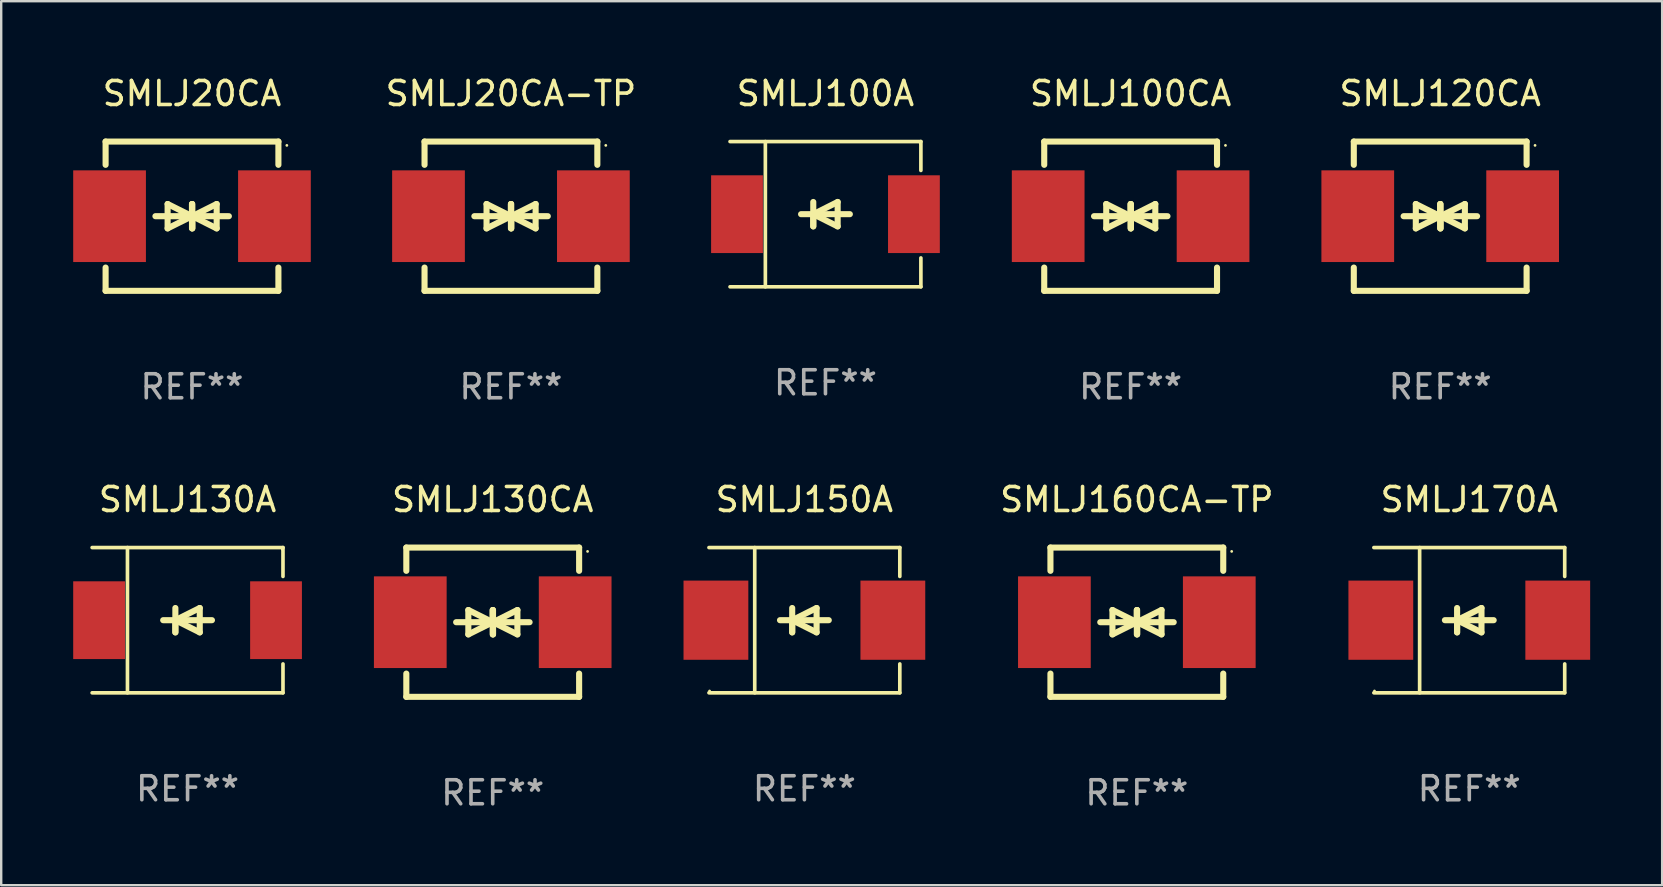
<source format=kicad_pcb>
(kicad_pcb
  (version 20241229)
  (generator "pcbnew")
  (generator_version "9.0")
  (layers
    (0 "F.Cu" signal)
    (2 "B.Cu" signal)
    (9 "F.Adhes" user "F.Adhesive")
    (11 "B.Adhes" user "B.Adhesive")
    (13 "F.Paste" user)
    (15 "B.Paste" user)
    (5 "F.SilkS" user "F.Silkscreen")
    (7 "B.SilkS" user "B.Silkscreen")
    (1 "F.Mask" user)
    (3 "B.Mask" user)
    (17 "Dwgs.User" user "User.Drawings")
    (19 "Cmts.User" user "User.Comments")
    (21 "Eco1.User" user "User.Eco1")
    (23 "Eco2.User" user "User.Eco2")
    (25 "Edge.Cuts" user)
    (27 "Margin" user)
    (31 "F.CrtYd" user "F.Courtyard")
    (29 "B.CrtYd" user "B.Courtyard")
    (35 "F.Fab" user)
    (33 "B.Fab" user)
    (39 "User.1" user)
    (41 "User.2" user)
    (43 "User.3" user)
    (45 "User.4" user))
  (footprint "SMLJ20CA"
    (layer "F.Cu")
    (at 4.95 5.958)
    (property "Reference" "SMLJ20CA" (at 0 -5.11 0) (layer "F.SilkS") (effects (font (size 1 1) (thickness 0.15))))
    (attr through_hole)
    (fp_line (start -3.6 -2.141) (end -3.6 -3.11) (stroke (width 0.254) (type solid)) (layer "F.SilkS"))
    (fp_line (start -3.6 3.11) (end -3.6 2.141) (stroke (width 0.254) (type solid)) (layer "F.SilkS"))
    (fp_line (start -1.524 0) (end 0.508 0) (stroke (width 0.254) (type solid)) (layer "F.SilkS"))
    (fp_line (start -1.016 -0.508) (end -1.016 0.508) (stroke (width 0.254) (type solid)) (layer "F.SilkS"))
    (fp_line (start -1.016 0.508) (end 0 0) (stroke (width 0.254) (type solid)) (layer "F.SilkS"))
    (fp_line (start 0 -0.508) (end 0 0.508) (stroke (width 0.254) (type solid)) (layer "F.SilkS"))
    (fp_line (start 0 0) (end -1.016 -0.508) (stroke (width 0.254) (type solid)) (layer "F.SilkS"))
    (fp_line (start 0 0) (end 0 -0.508) (stroke (width 0.254) (type solid)) (layer "F.SilkS"))
    (fp_line (start 0.012 0) (end 0.012 0.508) (stroke (width 0.254) (type solid)) (layer "F.SilkS"))
    (fp_line (start 0.012 0) (end 1.028 0.508) (stroke (width 0.254) (type solid)) (layer "F.SilkS"))
    (fp_line (start 0.012 0.508) (end 0.012 -0.508) (stroke (width 0.254) (type solid)) (layer "F.SilkS"))
    (fp_line (start 1.028 -0.508) (end 0.012 0) (stroke (width 0.254) (type solid)) (layer "F.SilkS"))
    (fp_line (start 1.028 0.508) (end 1.028 -0.508) (stroke (width 0.254) (type solid)) (layer "F.SilkS"))
    (fp_line (start 1.536 0) (end -0.496 0) (stroke (width 0.254) (type solid)) (layer "F.SilkS"))
    (fp_line (start 3.6 -3.11) (end -3.6 -3.11) (stroke (width 0.254) (type solid)) (layer "F.SilkS"))
    (fp_line (start 3.6 -2.141) (end 3.6 -3.11) (stroke (width 0.254) (type solid)) (layer "F.SilkS"))
    (fp_line (start 3.6 3.11) (end -3.6 3.11) (stroke (width 0.254) (type solid)) (layer "F.SilkS"))
    (fp_line (start 3.6 3.11) (end 3.6 2.141) (stroke (width 0.254) (type solid)) (layer "F.SilkS"))
    (fp_circle (center 3.952 -2.95) (end 3.982 -2.95) (stroke (width 0.06) (type solid)) (fill no) (layer "F.SilkS"))
    (fp_text user "REF**" (at 0 7.11 0) (layer "F.Fab") (effects (font (size 1 1) (thickness 0.15))))
    (pad "1" smd rect (at 3.435 0) (size 3.03 3.82) (layers "F.Cu" "F.Mask" "F.Paste"))
    (pad "2" smd rect (at -3.435 0) (size 3.03 3.82) (layers "F.Cu" "F.Mask" "F.Paste")))
  (footprint "SMLJ170A"
    (layer "F.Cu")
    (at 58.17 22.791)
    (property "Reference" "SMLJ170A" (at 0 -5.026 0) (layer "F.SilkS") (effects (font (size 1 1) (thickness 0.15))))
    (attr through_hole)
    (fp_line (start -3.976 -3.026) (end 3.976 -3.026) (stroke (width 0.152) (type solid)) (layer "F.SilkS"))
    (fp_line (start -3.976 3.026) (end 3.976 3.026) (stroke (width 0.152) (type solid)) (layer "F.SilkS"))
    (fp_line (start -2.069 -3.026) (end -2.069 3.026) (stroke (width 0.152) (type solid)) (layer "F.SilkS"))
    (fp_line (start -0.508 0) (end -0.508 0.508) (stroke (width 0.254) (type solid)) (layer "F.SilkS"))
    (fp_line (start -0.508 0) (end 0.508 0.508) (stroke (width 0.254) (type solid)) (layer "F.SilkS"))
    (fp_line (start -0.508 0.508) (end -0.508 -0.508) (stroke (width 0.254) (type solid)) (layer "F.SilkS"))
    (fp_line (start 0.508 -0.508) (end -0.508 0) (stroke (width 0.254) (type solid)) (layer "F.SilkS"))
    (fp_line (start 0.508 0.508) (end 0.508 -0.508) (stroke (width 0.254) (type solid)) (layer "F.SilkS"))
    (fp_line (start 1.016 0) (end -1.016 0) (stroke (width 0.254) (type solid)) (layer "F.SilkS"))
    (fp_line (start 3.976 -3.026) (end 3.976 -1.823) (stroke (width 0.152) (type solid)) (layer "F.SilkS"))
    (fp_line (start 3.976 3.026) (end 3.976 1.823) (stroke (width 0.152) (type solid)) (layer "F.SilkS"))
    (fp_circle (center -3.95 2.95) (end -3.92 2.95) (stroke (width 0.06) (type solid)) (fill no) (layer "F.SilkS"))
    (fp_text user "REF**" (at 0 7.026 0) (layer "F.Fab") (effects (font (size 1 1) (thickness 0.15))))
    (pad "1" smd rect (at -3.686 0) (size 2.7 3.3) (layers "F.Cu" "F.Mask" "F.Paste"))
    (pad "2" smd rect (at 3.686 0) (size 2.7 3.3) (layers "F.Cu" "F.Mask" "F.Paste")))
  (footprint "SMLJ150A"
    (layer "F.Cu")
    (at 30.466 22.791)
    (property "Reference" "SMLJ150A" (at 0 -5.026 0) (layer "F.SilkS") (effects (font (size 1 1) (thickness 0.15))))
    (attr through_hole)
    (fp_line (start -3.976 -3.026) (end 3.976 -3.026) (stroke (width 0.152) (type solid)) (layer "F.SilkS"))
    (fp_line (start -3.976 3.026) (end 3.976 3.026) (stroke (width 0.152) (type solid)) (layer "F.SilkS"))
    (fp_line (start -2.069 -3.026) (end -2.069 3.026) (stroke (width 0.152) (type solid)) (layer "F.SilkS"))
    (fp_line (start -0.508 0) (end -0.508 0.508) (stroke (width 0.254) (type solid)) (layer "F.SilkS"))
    (fp_line (start -0.508 0) (end 0.508 0.508) (stroke (width 0.254) (type solid)) (layer "F.SilkS"))
    (fp_line (start -0.508 0.508) (end -0.508 -0.508) (stroke (width 0.254) (type solid)) (layer "F.SilkS"))
    (fp_line (start 0.508 -0.508) (end -0.508 0) (stroke (width 0.254) (type solid)) (layer "F.SilkS"))
    (fp_line (start 0.508 0.508) (end 0.508 -0.508) (stroke (width 0.254) (type solid)) (layer "F.SilkS"))
    (fp_line (start 1.016 0) (end -1.016 0) (stroke (width 0.254) (type solid)) (layer "F.SilkS"))
    (fp_line (start 3.976 -3.026) (end 3.976 -1.823) (stroke (width 0.152) (type solid)) (layer "F.SilkS"))
    (fp_line (start 3.976 3.026) (end 3.976 1.823) (stroke (width 0.152) (type solid)) (layer "F.SilkS"))
    (fp_circle (center -3.95 2.95) (end -3.92 2.95) (stroke (width 0.06) (type solid)) (fill no) (layer "F.SilkS"))
    (fp_text user "REF**" (at 0 7.026 0) (layer "F.Fab") (effects (font (size 1 1) (thickness 0.15))))
    (pad "1" smd rect (at -3.686 0) (size 2.7 3.3) (layers "F.Cu" "F.Mask" "F.Paste"))
    (pad "2" smd rect (at 3.686 0) (size 2.7 3.3) (layers "F.Cu" "F.Mask" "F.Paste")))
  (footprint "SMLJ130A"
    (layer "F.Cu")
    (at 4.765 22.791)
    (property "Reference" "SMLJ130A" (at 0 -5.026 0) (layer "F.SilkS") (effects (font (size 1 1) (thickness 0.15))))
    (attr through_hole)
    (fp_line (start -3.976 -3.026) (end 3.976 -3.026) (stroke (width 0.152) (type solid)) (layer "F.SilkS"))
    (fp_line (start -3.976 3.026) (end 3.976 3.026) (stroke (width 0.152) (type solid)) (layer "F.SilkS"))
    (fp_line (start -2.504 -3.026) (end -2.504 3.026) (stroke (width 0.152) (type solid)) (layer "F.SilkS"))
    (fp_line (start -0.508 0) (end -0.508 0.508) (stroke (width 0.254) (type solid)) (layer "F.SilkS"))
    (fp_line (start -0.508 0) (end 0.508 0.508) (stroke (width 0.254) (type solid)) (layer "F.SilkS"))
    (fp_line (start -0.508 0.508) (end -0.508 -0.508) (stroke (width 0.254) (type solid)) (layer "F.SilkS"))
    (fp_line (start 0.508 -0.508) (end -0.508 0) (stroke (width 0.254) (type solid)) (layer "F.SilkS"))
    (fp_line (start 0.508 0.508) (end 0.508 -0.508) (stroke (width 0.254) (type solid)) (layer "F.SilkS"))
    (fp_line (start 1.016 0) (end -1.016 0) (stroke (width 0.254) (type solid)) (layer "F.SilkS"))
    (fp_line (start 3.976 -3.026) (end 3.976 -1.823) (stroke (width 0.152) (type solid)) (layer "F.SilkS"))
    (fp_line (start 3.976 3.026) (end 3.976 1.823) (stroke (width 0.152) (type solid)) (layer "F.SilkS"))
    (fp_circle (center 3.95 -2.95) (end 3.98 -2.95) (stroke (width 0.06) (type solid)) (fill no) (layer "F.SilkS"))
    (fp_text user "REF**" (at 0 7.026 0) (layer "F.Fab") (effects (font (size 1 1) (thickness 0.15))))
    (pad "1" smd rect (at 3.686 0 180) (size 2.158 3.24) (layers "F.Cu" "F.Mask" "F.Paste"))
    (pad "2" smd rect (at -3.686 0 180) (size 2.158 3.24) (layers "F.Cu" "F.Mask" "F.Paste")))
  (footprint "SMLJ120CA"
    (layer "F.Cu")
    (at 56.958 5.958)
    (property "Reference" "SMLJ120CA" (at 0 -5.11 0) (layer "F.SilkS") (effects (font (size 1 1) (thickness 0.15))))
    (attr through_hole)
    (fp_line (start -3.6 -2.141) (end -3.6 -3.11) (stroke (width 0.254) (type solid)) (layer "F.SilkS"))
    (fp_line (start -3.6 3.11) (end -3.6 2.141) (stroke (width 0.254) (type solid)) (layer "F.SilkS"))
    (fp_line (start -1.524 0) (end 0.508 0) (stroke (width 0.254) (type solid)) (layer "F.SilkS"))
    (fp_line (start -1.016 -0.508) (end -1.016 0.508) (stroke (width 0.254) (type solid)) (layer "F.SilkS"))
    (fp_line (start -1.016 0.508) (end 0 0) (stroke (width 0.254) (type solid)) (layer "F.SilkS"))
    (fp_line (start 0 -0.508) (end 0 0.508) (stroke (width 0.254) (type solid)) (layer "F.SilkS"))
    (fp_line (start 0 0) (end -1.016 -0.508) (stroke (width 0.254) (type solid)) (layer "F.SilkS"))
    (fp_line (start 0 0) (end 0 -0.508) (stroke (width 0.254) (type solid)) (layer "F.SilkS"))
    (fp_line (start 0.012 0) (end 0.012 0.508) (stroke (width 0.254) (type solid)) (layer "F.SilkS"))
    (fp_line (start 0.012 0) (end 1.028 0.508) (stroke (width 0.254) (type solid)) (layer "F.SilkS"))
    (fp_line (start 0.012 0.508) (end 0.012 -0.508) (stroke (width 0.254) (type solid)) (layer "F.SilkS"))
    (fp_line (start 1.028 -0.508) (end 0.012 0) (stroke (width 0.254) (type solid)) (layer "F.SilkS"))
    (fp_line (start 1.028 0.508) (end 1.028 -0.508) (stroke (width 0.254) (type solid)) (layer "F.SilkS"))
    (fp_line (start 1.536 0) (end -0.496 0) (stroke (width 0.254) (type solid)) (layer "F.SilkS"))
    (fp_line (start 3.6 -3.11) (end -3.6 -3.11) (stroke (width 0.254) (type solid)) (layer "F.SilkS"))
    (fp_line (start 3.6 -2.141) (end 3.6 -3.11) (stroke (width 0.254) (type solid)) (layer "F.SilkS"))
    (fp_line (start 3.6 3.11) (end -3.6 3.11) (stroke (width 0.254) (type solid)) (layer "F.SilkS"))
    (fp_line (start 3.6 3.11) (end 3.6 2.141) (stroke (width 0.254) (type solid)) (layer "F.SilkS"))
    (fp_circle (center 3.952 -2.95) (end 3.982 -2.95) (stroke (width 0.06) (type solid)) (fill no) (layer "F.SilkS"))
    (fp_text user "REF**" (at 0 7.11 0) (layer "F.Fab") (effects (font (size 1 1) (thickness 0.15))))
    (pad "1" smd rect (at 3.435 0) (size 3.03 3.82) (layers "F.Cu" "F.Mask" "F.Paste"))
    (pad "2" smd rect (at -3.435 0) (size 3.03 3.82) (layers "F.Cu" "F.Mask" "F.Paste")))
  (footprint "SMLJ130CA"
    (layer "F.Cu")
    (at 17.48 22.875)
    (property "Reference" "SMLJ130CA" (at 0 -5.11 0) (layer "F.SilkS") (effects (font (size 1 1) (thickness 0.15))))
    (attr through_hole)
    (fp_line (start -3.6 -2.141) (end -3.6 -3.11) (stroke (width 0.254) (type solid)) (layer "F.SilkS"))
    (fp_line (start -3.6 3.11) (end -3.6 2.141) (stroke (width 0.254) (type solid)) (layer "F.SilkS"))
    (fp_line (start -1.524 0) (end 0.508 0) (stroke (width 0.254) (type solid)) (layer "F.SilkS"))
    (fp_line (start -1.016 -0.508) (end -1.016 0.508) (stroke (width 0.254) (type solid)) (layer "F.SilkS"))
    (fp_line (start -1.016 0.508) (end 0 0) (stroke (width 0.254) (type solid)) (layer "F.SilkS"))
    (fp_line (start 0 -0.508) (end 0 0.508) (stroke (width 0.254) (type solid)) (layer "F.SilkS"))
    (fp_line (start 0 0) (end -1.016 -0.508) (stroke (width 0.254) (type solid)) (layer "F.SilkS"))
    (fp_line (start 0 0) (end 0 -0.508) (stroke (width 0.254) (type solid)) (layer "F.SilkS"))
    (fp_line (start 0.012 0) (end 0.012 0.508) (stroke (width 0.254) (type solid)) (layer "F.SilkS"))
    (fp_line (start 0.012 0) (end 1.028 0.508) (stroke (width 0.254) (type solid)) (layer "F.SilkS"))
    (fp_line (start 0.012 0.508) (end 0.012 -0.508) (stroke (width 0.254) (type solid)) (layer "F.SilkS"))
    (fp_line (start 1.028 -0.508) (end 0.012 0) (stroke (width 0.254) (type solid)) (layer "F.SilkS"))
    (fp_line (start 1.028 0.508) (end 1.028 -0.508) (stroke (width 0.254) (type solid)) (layer "F.SilkS"))
    (fp_line (start 1.536 0) (end -0.496 0) (stroke (width 0.254) (type solid)) (layer "F.SilkS"))
    (fp_line (start 3.6 -3.11) (end -3.6 -3.11) (stroke (width 0.254) (type solid)) (layer "F.SilkS"))
    (fp_line (start 3.6 -2.141) (end 3.6 -3.11) (stroke (width 0.254) (type solid)) (layer "F.SilkS"))
    (fp_line (start 3.6 3.11) (end -3.6 3.11) (stroke (width 0.254) (type solid)) (layer "F.SilkS"))
    (fp_line (start 3.6 3.11) (end 3.6 2.141) (stroke (width 0.254) (type solid)) (layer "F.SilkS"))
    (fp_circle (center 3.952 -2.95) (end 3.982 -2.95) (stroke (width 0.06) (type solid)) (fill no) (layer "F.SilkS"))
    (fp_text user "REF**" (at 0 7.11 0) (layer "F.Fab") (effects (font (size 1 1) (thickness 0.15))))
    (pad "1" smd rect (at 3.435 0) (size 3.03 3.82) (layers "F.Cu" "F.Mask" "F.Paste"))
    (pad "2" smd rect (at -3.435 0) (size 3.03 3.82) (layers "F.Cu" "F.Mask" "F.Paste")))
  (footprint "SMLJ100A"
    (layer "F.Cu")
    (at 31.344 5.874)
    (property "Reference" "SMLJ100A" (at 0 -5.026 0) (layer "F.SilkS") (effects (font (size 1 1) (thickness 0.15))))
    (attr through_hole)
    (fp_line (start -3.976 -3.026) (end 3.976 -3.026) (stroke (width 0.152) (type solid)) (layer "F.SilkS"))
    (fp_line (start -3.976 3.026) (end 3.976 3.026) (stroke (width 0.152) (type solid)) (layer "F.SilkS"))
    (fp_line (start -2.504 -3.026) (end -2.504 3.026) (stroke (width 0.152) (type solid)) (layer "F.SilkS"))
    (fp_line (start -0.508 0) (end -0.508 0.508) (stroke (width 0.254) (type solid)) (layer "F.SilkS"))
    (fp_line (start -0.508 0) (end 0.508 0.508) (stroke (width 0.254) (type solid)) (layer "F.SilkS"))
    (fp_line (start -0.508 0.508) (end -0.508 -0.508) (stroke (width 0.254) (type solid)) (layer "F.SilkS"))
    (fp_line (start 0.508 -0.508) (end -0.508 0) (stroke (width 0.254) (type solid)) (layer "F.SilkS"))
    (fp_line (start 0.508 0.508) (end 0.508 -0.508) (stroke (width 0.254) (type solid)) (layer "F.SilkS"))
    (fp_line (start 1.016 0) (end -1.016 0) (stroke (width 0.254) (type solid)) (layer "F.SilkS"))
    (fp_line (start 3.976 -3.026) (end 3.976 -1.823) (stroke (width 0.152) (type solid)) (layer "F.SilkS"))
    (fp_line (start 3.976 3.026) (end 3.976 1.823) (stroke (width 0.152) (type solid)) (layer "F.SilkS"))
    (fp_circle (center 3.95 -2.95) (end 3.98 -2.95) (stroke (width 0.06) (type solid)) (fill no) (layer "F.SilkS"))
    (fp_text user "REF**" (at 0 7.026 0) (layer "F.Fab") (effects (font (size 1 1) (thickness 0.15))))
    (pad "1" smd rect (at 3.686 0 180) (size 2.158 3.24) (layers "F.Cu" "F.Mask" "F.Paste"))
    (pad "2" smd rect (at -3.686 0 180) (size 2.158 3.24) (layers "F.Cu" "F.Mask" "F.Paste")))
  (footprint "SMLJ100CA"
    (layer "F.Cu")
    (at 44.059 5.958)
    (property "Reference" "SMLJ100CA" (at 0 -5.11 0) (layer "F.SilkS") (effects (font (size 1 1) (thickness 0.15))))
    (attr through_hole)
    (fp_line (start -3.6 -2.141) (end -3.6 -3.11) (stroke (width 0.254) (type solid)) (layer "F.SilkS"))
    (fp_line (start -3.6 3.11) (end -3.6 2.141) (stroke (width 0.254) (type solid)) (layer "F.SilkS"))
    (fp_line (start -1.524 0) (end 0.508 0) (stroke (width 0.254) (type solid)) (layer "F.SilkS"))
    (fp_line (start -1.016 -0.508) (end -1.016 0.508) (stroke (width 0.254) (type solid)) (layer "F.SilkS"))
    (fp_line (start -1.016 0.508) (end 0 0) (stroke (width 0.254) (type solid)) (layer "F.SilkS"))
    (fp_line (start 0 -0.508) (end 0 0.508) (stroke (width 0.254) (type solid)) (layer "F.SilkS"))
    (fp_line (start 0 0) (end -1.016 -0.508) (stroke (width 0.254) (type solid)) (layer "F.SilkS"))
    (fp_line (start 0 0) (end 0 -0.508) (stroke (width 0.254) (type solid)) (layer "F.SilkS"))
    (fp_line (start 0.012 0) (end 0.012 0.508) (stroke (width 0.254) (type solid)) (layer "F.SilkS"))
    (fp_line (start 0.012 0) (end 1.028 0.508) (stroke (width 0.254) (type solid)) (layer "F.SilkS"))
    (fp_line (start 0.012 0.508) (end 0.012 -0.508) (stroke (width 0.254) (type solid)) (layer "F.SilkS"))
    (fp_line (start 1.028 -0.508) (end 0.012 0) (stroke (width 0.254) (type solid)) (layer "F.SilkS"))
    (fp_line (start 1.028 0.508) (end 1.028 -0.508) (stroke (width 0.254) (type solid)) (layer "F.SilkS"))
    (fp_line (start 1.536 0) (end -0.496 0) (stroke (width 0.254) (type solid)) (layer "F.SilkS"))
    (fp_line (start 3.6 -3.11) (end -3.6 -3.11) (stroke (width 0.254) (type solid)) (layer "F.SilkS"))
    (fp_line (start 3.6 -2.141) (end 3.6 -3.11) (stroke (width 0.254) (type solid)) (layer "F.SilkS"))
    (fp_line (start 3.6 3.11) (end -3.6 3.11) (stroke (width 0.254) (type solid)) (layer "F.SilkS"))
    (fp_line (start 3.6 3.11) (end 3.6 2.141) (stroke (width 0.254) (type solid)) (layer "F.SilkS"))
    (fp_circle (center 3.952 -2.95) (end 3.982 -2.95) (stroke (width 0.06) (type solid)) (fill no) (layer "F.SilkS"))
    (fp_text user "REF**" (at 0 7.11 0) (layer "F.Fab") (effects (font (size 1 1) (thickness 0.15))))
    (pad "1" smd rect (at 3.435 0) (size 3.03 3.82) (layers "F.Cu" "F.Mask" "F.Paste"))
    (pad "2" smd rect (at -3.435 0) (size 3.03 3.82) (layers "F.Cu" "F.Mask" "F.Paste")))
  (footprint "SMLJ160CA-TP"
    (layer "F.Cu")
    (at 44.318 22.875)
    (property "Reference" "SMLJ160CA-TP" (at 0 -5.11 0) (layer "F.SilkS") (effects (font (size 1 1) (thickness 0.15))))
    (attr through_hole)
    (fp_line (start -3.6 -2.141) (end -3.6 -3.11) (stroke (width 0.254) (type solid)) (layer "F.SilkS"))
    (fp_line (start -3.6 3.11) (end -3.6 2.141) (stroke (width 0.254) (type solid)) (layer "F.SilkS"))
    (fp_line (start -1.524 0) (end 0.508 0) (stroke (width 0.254) (type solid)) (layer "F.SilkS"))
    (fp_line (start -1.016 -0.508) (end -1.016 0.508) (stroke (width 0.254) (type solid)) (layer "F.SilkS"))
    (fp_line (start -1.016 0.508) (end 0 0) (stroke (width 0.254) (type solid)) (layer "F.SilkS"))
    (fp_line (start 0 -0.508) (end 0 0.508) (stroke (width 0.254) (type solid)) (layer "F.SilkS"))
    (fp_line (start 0 0) (end -1.016 -0.508) (stroke (width 0.254) (type solid)) (layer "F.SilkS"))
    (fp_line (start 0 0) (end 0 -0.508) (stroke (width 0.254) (type solid)) (layer "F.SilkS"))
    (fp_line (start 0.012 0) (end 0.012 0.508) (stroke (width 0.254) (type solid)) (layer "F.SilkS"))
    (fp_line (start 0.012 0) (end 1.028 0.508) (stroke (width 0.254) (type solid)) (layer "F.SilkS"))
    (fp_line (start 0.012 0.508) (end 0.012 -0.508) (stroke (width 0.254) (type solid)) (layer "F.SilkS"))
    (fp_line (start 1.028 -0.508) (end 0.012 0) (stroke (width 0.254) (type solid)) (layer "F.SilkS"))
    (fp_line (start 1.028 0.508) (end 1.028 -0.508) (stroke (width 0.254) (type solid)) (layer "F.SilkS"))
    (fp_line (start 1.536 0) (end -0.496 0) (stroke (width 0.254) (type solid)) (layer "F.SilkS"))
    (fp_line (start 3.6 -3.11) (end -3.6 -3.11) (stroke (width 0.254) (type solid)) (layer "F.SilkS"))
    (fp_line (start 3.6 -2.141) (end 3.6 -3.11) (stroke (width 0.254) (type solid)) (layer "F.SilkS"))
    (fp_line (start 3.6 3.11) (end -3.6 3.11) (stroke (width 0.254) (type solid)) (layer "F.SilkS"))
    (fp_line (start 3.6 3.11) (end 3.6 2.141) (stroke (width 0.254) (type solid)) (layer "F.SilkS"))
    (fp_circle (center 3.952 -2.95) (end 3.982 -2.95) (stroke (width 0.06) (type solid)) (fill no) (layer "F.SilkS"))
    (fp_text user "REF**" (at 0 7.11 0) (layer "F.Fab") (effects (font (size 1 1) (thickness 0.15))))
    (pad "1" smd rect (at 3.435 0) (size 3.03 3.82) (layers "F.Cu" "F.Mask" "F.Paste"))
    (pad "2" smd rect (at -3.435 0) (size 3.03 3.82) (layers "F.Cu" "F.Mask" "F.Paste")))
  (footprint "SMLJ20CA-TP"
    (layer "F.Cu")
    (at 18.239 5.958)
    (property "Reference" "SMLJ20CA-TP" (at 0 -5.11 0) (layer "F.SilkS") (effects (font (size 1 1) (thickness 0.15))))
    (attr through_hole)
    (fp_line (start -3.6 -2.141) (end -3.6 -3.11) (stroke (width 0.254) (type solid)) (layer "F.SilkS"))
    (fp_line (start -3.6 3.11) (end -3.6 2.141) (stroke (width 0.254) (type solid)) (layer "F.SilkS"))
    (fp_line (start -1.524 0) (end 0.508 0) (stroke (width 0.254) (type solid)) (layer "F.SilkS"))
    (fp_line (start -1.016 -0.508) (end -1.016 0.508) (stroke (width 0.254) (type solid)) (layer "F.SilkS"))
    (fp_line (start -1.016 0.508) (end 0 0) (stroke (width 0.254) (type solid)) (layer "F.SilkS"))
    (fp_line (start 0 -0.508) (end 0 0.508) (stroke (width 0.254) (type solid)) (layer "F.SilkS"))
    (fp_line (start 0 0) (end -1.016 -0.508) (stroke (width 0.254) (type solid)) (layer "F.SilkS"))
    (fp_line (start 0 0) (end 0 -0.508) (stroke (width 0.254) (type solid)) (layer "F.SilkS"))
    (fp_line (start 0.012 0) (end 0.012 0.508) (stroke (width 0.254) (type solid)) (layer "F.SilkS"))
    (fp_line (start 0.012 0) (end 1.028 0.508) (stroke (width 0.254) (type solid)) (layer "F.SilkS"))
    (fp_line (start 0.012 0.508) (end 0.012 -0.508) (stroke (width 0.254) (type solid)) (layer "F.SilkS"))
    (fp_line (start 1.028 -0.508) (end 0.012 0) (stroke (width 0.254) (type solid)) (layer "F.SilkS"))
    (fp_line (start 1.028 0.508) (end 1.028 -0.508) (stroke (width 0.254) (type solid)) (layer "F.SilkS"))
    (fp_line (start 1.536 0) (end -0.496 0) (stroke (width 0.254) (type solid)) (layer "F.SilkS"))
    (fp_line (start 3.6 -3.11) (end -3.6 -3.11) (stroke (width 0.254) (type solid)) (layer "F.SilkS"))
    (fp_line (start 3.6 -2.141) (end 3.6 -3.11) (stroke (width 0.254) (type solid)) (layer "F.SilkS"))
    (fp_line (start 3.6 3.11) (end -3.6 3.11) (stroke (width 0.254) (type solid)) (layer "F.SilkS"))
    (fp_line (start 3.6 3.11) (end 3.6 2.141) (stroke (width 0.254) (type solid)) (layer "F.SilkS"))
    (fp_circle (center 3.952 -2.95) (end 3.982 -2.95) (stroke (width 0.06) (type solid)) (fill no) (layer "F.SilkS"))
    (fp_text user "REF**" (at 0 7.11 0) (layer "F.Fab") (effects (font (size 1 1) (thickness 0.15))))
    (pad "1" smd rect (at 3.435 0) (size 3.03 3.82) (layers "F.Cu" "F.Mask" "F.Paste"))
    (pad "2" smd rect (at -3.435 0) (size 3.03 3.82) (layers "F.Cu" "F.Mask" "F.Paste")))
  (gr_rect
    (start -3 -3)
    (end 66.206 33.833)
    (stroke (width 0.1) (type default))
    (fill no)
    (layer "Edge.Cuts")))
</source>
